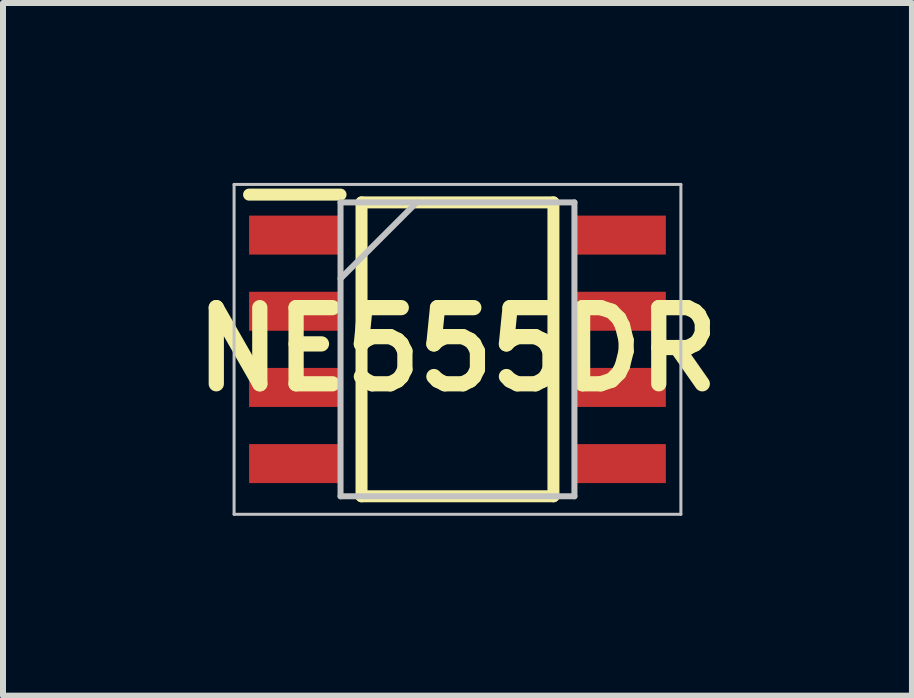
<source format=kicad_pcb>
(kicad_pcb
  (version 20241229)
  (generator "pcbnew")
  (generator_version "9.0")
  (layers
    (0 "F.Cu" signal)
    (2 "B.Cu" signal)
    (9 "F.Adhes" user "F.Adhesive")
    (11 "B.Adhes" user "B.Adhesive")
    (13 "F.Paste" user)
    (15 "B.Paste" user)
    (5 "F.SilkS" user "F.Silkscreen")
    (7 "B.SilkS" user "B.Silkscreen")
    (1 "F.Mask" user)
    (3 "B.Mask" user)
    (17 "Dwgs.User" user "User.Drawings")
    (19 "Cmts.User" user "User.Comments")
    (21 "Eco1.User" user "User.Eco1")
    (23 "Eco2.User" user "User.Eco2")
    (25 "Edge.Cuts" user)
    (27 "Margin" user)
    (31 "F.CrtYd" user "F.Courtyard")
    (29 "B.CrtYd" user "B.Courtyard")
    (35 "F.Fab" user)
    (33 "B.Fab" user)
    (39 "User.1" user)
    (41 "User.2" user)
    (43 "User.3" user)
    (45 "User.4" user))
  (footprint "NE555DR"
    (layer "F.Cu")
    (at 4.578 2.775)
    (property "Reference" "NE555DR" (at 0 0 0) (layer "F.SilkS") (effects (font (size 1.27 1.27) (thickness 0.254))))
    (attr smd)
    (fp_line (start -3.475 -2.58) (end -1.95 -2.58) (stroke (width 0.2) (type solid)) (layer "F.SilkS"))
    (fp_line (start -1.6 -2.45) (end 1.6 -2.45) (stroke (width 0.2) (type solid)) (layer "F.SilkS"))
    (fp_line (start -1.6 2.45) (end -1.6 -2.45) (stroke (width 0.2) (type solid)) (layer "F.SilkS"))
    (fp_line (start 1.6 -2.45) (end 1.6 2.45) (stroke (width 0.2) (type solid)) (layer "F.SilkS"))
    (fp_line (start 1.6 2.45) (end -1.6 2.45) (stroke (width 0.2) (type solid)) (layer "F.SilkS"))
    (fp_line (start -3.725 -2.75) (end 3.725 -2.75) (stroke (width 0.05) (type solid)) (layer "Dwgs.User"))
    (fp_line (start -3.725 2.75) (end -3.725 -2.75) (stroke (width 0.05) (type solid)) (layer "Dwgs.User"))
    (fp_line (start -1.95 -2.45) (end 1.95 -2.45) (stroke (width 0.1) (type solid)) (layer "Dwgs.User"))
    (fp_line (start -1.95 -1.18) (end -0.68 -2.45) (stroke (width 0.1) (type solid)) (layer "Dwgs.User"))
    (fp_line (start -1.95 2.45) (end -1.95 -2.45) (stroke (width 0.1) (type solid)) (layer "Dwgs.User"))
    (fp_line (start 1.95 -2.45) (end 1.95 2.45) (stroke (width 0.1) (type solid)) (layer "Dwgs.User"))
    (fp_line (start 1.95 2.45) (end -1.95 2.45) (stroke (width 0.1) (type solid)) (layer "Dwgs.User"))
    (fp_line (start 3.725 -2.75) (end 3.725 2.75) (stroke (width 0.05) (type solid)) (layer "Dwgs.User"))
    (fp_line (start 3.725 2.75) (end -3.725 2.75) (stroke (width 0.05) (type solid)) (layer "Dwgs.User"))
    (pad "1" smd rect (at -2.712 -1.905 90) (size 0.65 1.525) (layers "F.Cu" "F.Paste"))
    (pad "2" smd rect (at -2.712 -0.635 90) (size 0.65 1.525) (layers "F.Cu" "F.Paste"))
    (pad "3" smd rect (at -2.712 0.635 90) (size 0.65 1.525) (layers "F.Cu" "F.Paste"))
    (pad "4" smd rect (at -2.712 1.905 90) (size 0.65 1.525) (layers "F.Cu" "F.Paste"))
    (pad "5" smd rect (at 2.712 1.905 90) (size 0.65 1.525) (layers "F.Cu" "F.Paste"))
    (pad "6" smd rect (at 2.712 0.635 90) (size 0.65 1.525) (layers "F.Cu" "F.Paste"))
    (pad "7" smd rect (at 2.712 -0.635 90) (size 0.65 1.525) (layers "F.Cu" "F.Paste"))
    (pad "8" smd rect (at 2.712 -1.905 90) (size 0.65 1.525) (layers "F.Cu" "F.Paste")))
  (gr_rect
    (start -3 -3)
    (end 12.156 8.55)
    (stroke (width 0.1) (type default))
    (fill no)
    (layer "Edge.Cuts")))
</source>
